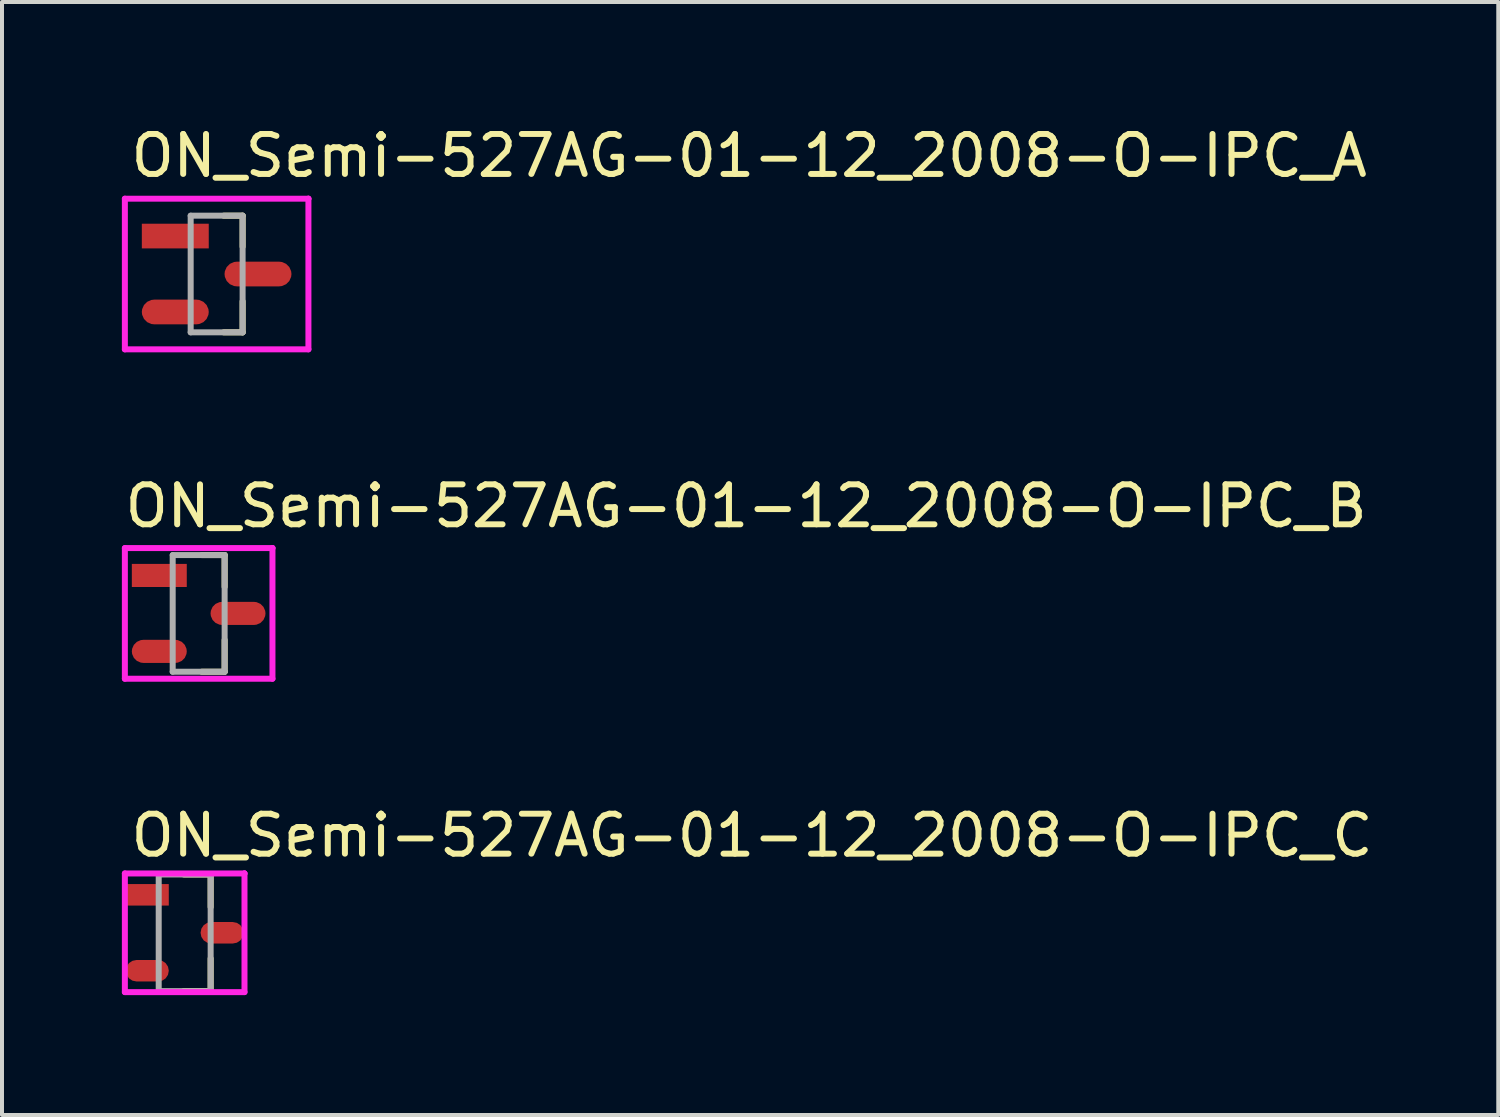
<source format=kicad_pcb>
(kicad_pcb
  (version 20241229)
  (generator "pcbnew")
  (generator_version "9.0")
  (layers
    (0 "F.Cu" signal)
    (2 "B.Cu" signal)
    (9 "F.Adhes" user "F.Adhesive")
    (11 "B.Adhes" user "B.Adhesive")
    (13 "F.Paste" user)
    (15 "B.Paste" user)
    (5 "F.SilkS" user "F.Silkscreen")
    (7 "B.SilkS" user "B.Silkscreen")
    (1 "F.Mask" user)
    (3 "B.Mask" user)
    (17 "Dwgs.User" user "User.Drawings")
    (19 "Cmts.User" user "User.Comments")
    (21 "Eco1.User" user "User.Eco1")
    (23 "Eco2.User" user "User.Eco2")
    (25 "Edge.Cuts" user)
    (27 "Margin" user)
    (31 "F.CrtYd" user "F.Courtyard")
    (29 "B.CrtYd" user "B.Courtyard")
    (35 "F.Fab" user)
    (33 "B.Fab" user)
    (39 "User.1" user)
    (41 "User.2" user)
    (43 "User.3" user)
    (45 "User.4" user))
  (footprint "ON_Semi-527AG-01-12_2008-O-IPC_B"
    (layer "F.Cu")
    (at 1.922 12.302)
    (property "Reference" "ON_Semi-527AG-01-12_2008-O-IPC_B" (at -1.922 -2.685 0) (layer "F.SilkS") (effects (font (size 1 1) (thickness 0.15)) (justify left)))
    (attr through_hole)
    (fp_line (start 0.077 -1.46) (end 0.65 -1.46) (stroke (width 0.15) (type solid)) (layer "F.SilkS"))
    (fp_line (start 0.077 1.46) (end 0.65 1.46) (stroke (width 0.15) (type solid)) (layer "F.SilkS"))
    (fp_line (start 0.65 -0.664) (end 0.65 -1.46) (stroke (width 0.15) (type solid)) (layer "F.SilkS"))
    (fp_line (start 0.65 1.46) (end 0.65 0.664) (stroke (width 0.15) (type solid)) (layer "F.SilkS"))
    (fp_line (start -1.847 -1.635) (end -1.847 1.635) (stroke (width 0.15) (type solid)) (layer "F.CrtYd"))
    (fp_line (start -1.847 1.635) (end 1.847 1.635) (stroke (width 0.15) (type solid)) (layer "F.CrtYd"))
    (fp_line (start 1.847 -1.635) (end -1.847 -1.635) (stroke (width 0.15) (type solid)) (layer "F.CrtYd"))
    (fp_line (start 1.847 -1.635) (end 1.847 -1.635) (stroke (width 0.15) (type solid)) (layer "F.CrtYd"))
    (fp_line (start 1.847 1.635) (end 1.847 -1.635) (stroke (width 0.15) (type solid)) (layer "F.CrtYd"))
    (fp_line (start -0.65 -1.46) (end 0.65 -1.46) (stroke (width 0.15) (type solid)) (layer "F.Fab"))
    (fp_line (start -0.65 1.46) (end -0.65 -1.46) (stroke (width 0.15) (type solid)) (layer "F.Fab"))
    (fp_line (start 0.65 -1.46) (end 0.65 1.46) (stroke (width 0.15) (type solid)) (layer "F.Fab"))
    (fp_line (start 0.65 1.46) (end -0.65 1.46) (stroke (width 0.15) (type solid)) (layer "F.Fab"))
    (pad "1" smd rect (at -0.985 -0.95) (size 1.375 0.578) (layers "F.Cu" "F.Mask" "F.Paste"))
    (pad "2" smd roundrect (at 0.985 0) (size 1.375 0.578) (layers "F.Cu" "F.Mask" "F.Paste") (roundrect_rratio 0.5))
    (pad "3" smd roundrect (at -0.985 0.95) (size 1.375 0.578) (layers "F.Cu" "F.Mask" "F.Paste") (roundrect_rratio 0.5)))
  (footprint "ON_Semi-527AG-01-12_2008-O-IPC_C"
    (layer "F.Cu")
    (at 1.572 20.295)
    (property "Reference" "ON_Semi-527AG-01-12_2008-O-IPC_C" (at -1.422 -2.435 0) (layer "F.SilkS") (effects (font (size 1 1) (thickness 0.15)) (justify left)))
    (attr through_hole)
    (fp_line (start -0.023 -1.46) (end 0.65 -1.46) (stroke (width 0.15) (type solid)) (layer "F.SilkS"))
    (fp_line (start -0.023 1.46) (end 0.65 1.46) (stroke (width 0.15) (type solid)) (layer "F.SilkS"))
    (fp_line (start 0.65 -0.644) (end 0.65 -1.46) (stroke (width 0.15) (type solid)) (layer "F.SilkS"))
    (fp_line (start 0.65 1.46) (end 0.65 0.644) (stroke (width 0.15) (type solid)) (layer "F.SilkS"))
    (fp_line (start -1.497 -1.485) (end -1.497 1.485) (stroke (width 0.15) (type solid)) (layer "F.CrtYd"))
    (fp_line (start -1.497 1.485) (end 1.497 1.485) (stroke (width 0.15) (type solid)) (layer "F.CrtYd"))
    (fp_line (start 1.497 -1.485) (end -1.497 -1.485) (stroke (width 0.15) (type solid)) (layer "F.CrtYd"))
    (fp_line (start 1.497 -1.485) (end 1.497 -1.485) (stroke (width 0.15) (type solid)) (layer "F.CrtYd"))
    (fp_line (start 1.497 1.485) (end 1.497 -1.485) (stroke (width 0.15) (type solid)) (layer "F.CrtYd"))
    (fp_line (start -0.65 -1.46) (end 0.65 -1.46) (stroke (width 0.15) (type solid)) (layer "F.Fab"))
    (fp_line (start -0.65 1.46) (end -0.65 -1.46) (stroke (width 0.15) (type solid)) (layer "F.Fab"))
    (fp_line (start 0.65 -1.46) (end 0.65 1.46) (stroke (width 0.15) (type solid)) (layer "F.Fab"))
    (fp_line (start 0.65 1.46) (end -0.65 1.46) (stroke (width 0.15) (type solid)) (layer "F.Fab"))
    (pad "1" smd rect (at -0.935 -0.95) (size 1.075 0.538) (layers "F.Cu" "F.Mask" "F.Paste"))
    (pad "2" smd roundrect (at 0.935 0) (size 1.075 0.538) (layers "F.Cu" "F.Mask" "F.Paste") (roundrect_rratio 0.5))
    (pad "3" smd roundrect (at -0.935 0.95) (size 1.075 0.538) (layers "F.Cu" "F.Mask" "F.Paste") (roundrect_rratio 0.5)))
  (footprint "ON_Semi-527AG-01-12_2008-O-IPC_A"
    (layer "F.Cu")
    (at 2.372 3.808)
    (property "Reference" "ON_Semi-527AG-01-12_2008-O-IPC_A" (at -2.222 -2.96 0) (layer "F.SilkS") (effects (font (size 1 1) (thickness 0.15)) (justify left)))
    (attr through_hole)
    (fp_line (start 0.177 -1.46) (end 0.65 -1.46) (stroke (width 0.15) (type solid)) (layer "F.SilkS"))
    (fp_line (start 0.177 1.46) (end 0.65 1.46) (stroke (width 0.15) (type solid)) (layer "F.SilkS"))
    (fp_line (start 0.65 -0.684) (end 0.65 -1.46) (stroke (width 0.15) (type solid)) (layer "F.SilkS"))
    (fp_line (start 0.65 1.46) (end 0.65 0.684) (stroke (width 0.15) (type solid)) (layer "F.SilkS"))
    (fp_line (start -2.297 -1.885) (end -2.297 1.885) (stroke (width 0.15) (type solid)) (layer "F.CrtYd"))
    (fp_line (start -2.297 1.885) (end 2.297 1.885) (stroke (width 0.15) (type solid)) (layer "F.CrtYd"))
    (fp_line (start 2.297 -1.885) (end -2.297 -1.885) (stroke (width 0.15) (type solid)) (layer "F.CrtYd"))
    (fp_line (start 2.297 -1.885) (end 2.297 -1.885) (stroke (width 0.15) (type solid)) (layer "F.CrtYd"))
    (fp_line (start 2.297 1.885) (end 2.297 -1.885) (stroke (width 0.15) (type solid)) (layer "F.CrtYd"))
    (fp_line (start -0.65 -1.46) (end 0.65 -1.46) (stroke (width 0.15) (type solid)) (layer "F.Fab"))
    (fp_line (start -0.65 1.46) (end -0.65 -1.46) (stroke (width 0.15) (type solid)) (layer "F.Fab"))
    (fp_line (start 0.65 -1.46) (end 0.65 1.46) (stroke (width 0.15) (type solid)) (layer "F.Fab"))
    (fp_line (start 0.65 1.46) (end -0.65 1.46) (stroke (width 0.15) (type solid)) (layer "F.Fab"))
    (pad "1" smd rect (at -1.035 -0.95) (size 1.675 0.618) (layers "F.Cu" "F.Mask" "F.Paste"))
    (pad "2" smd roundrect (at 1.035 0) (size 1.675 0.618) (layers "F.Cu" "F.Mask" "F.Paste") (roundrect_rratio 0.5))
    (pad "3" smd roundrect (at -1.035 0.95) (size 1.675 0.618) (layers "F.Cu" "F.Mask" "F.Paste") (roundrect_rratio 0.5)))
  (gr_rect
    (start -3 -3)
    (end 34.448 24.855)
    (stroke (width 0.1) (type default))
    (fill no)
    (layer "Edge.Cuts")))
</source>
